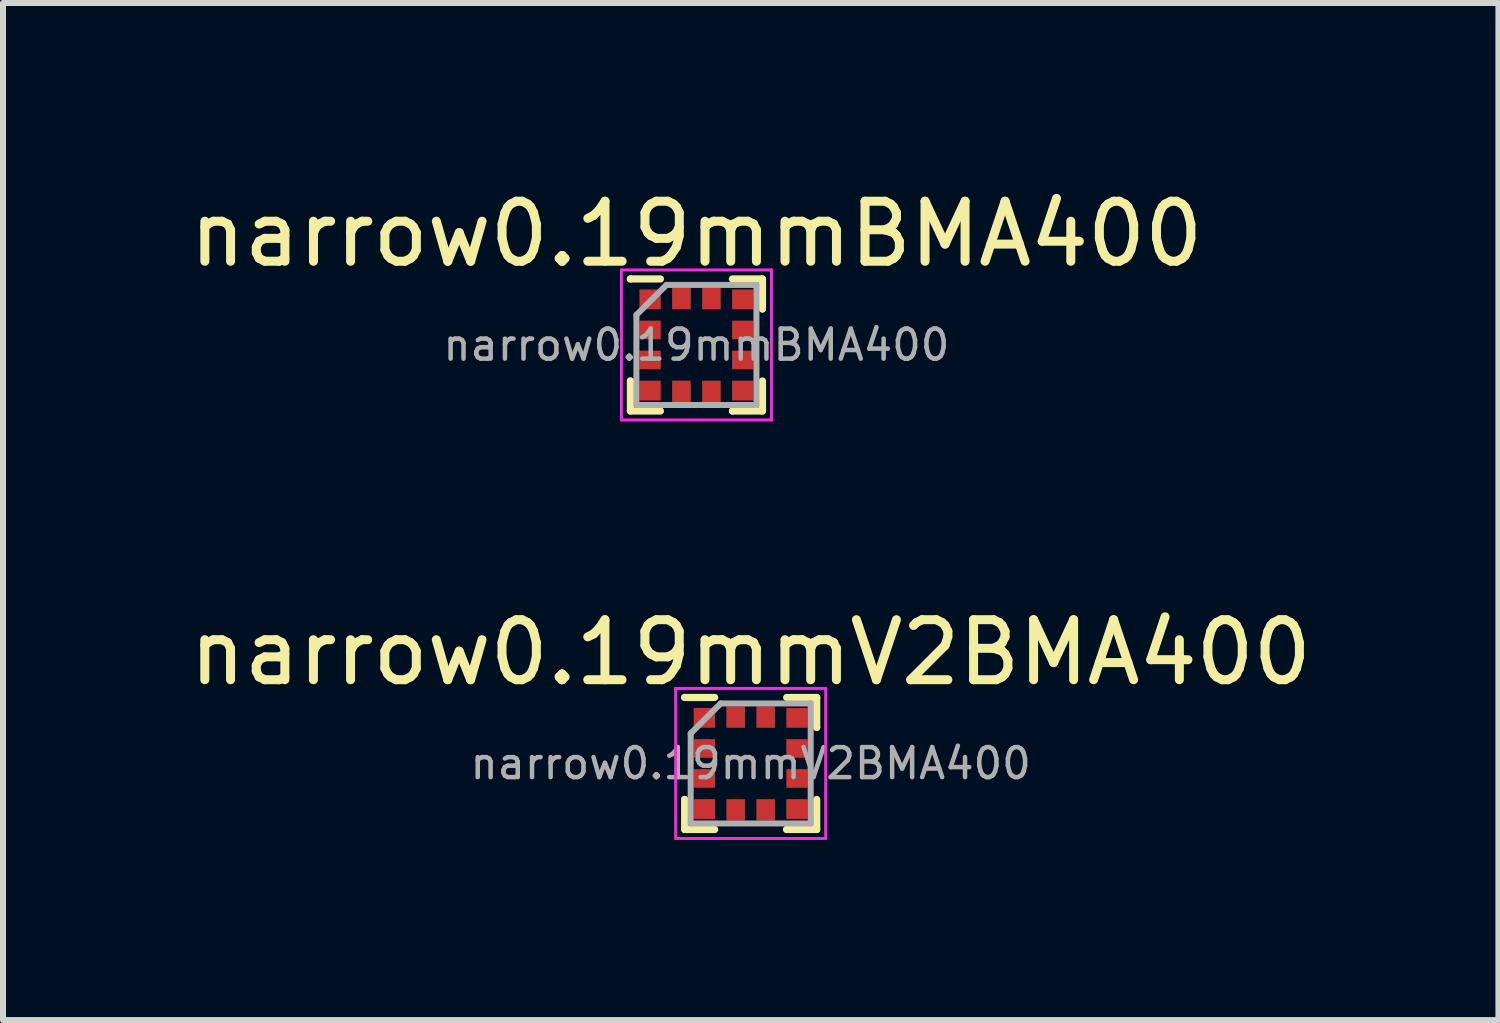
<source format=kicad_pcb>
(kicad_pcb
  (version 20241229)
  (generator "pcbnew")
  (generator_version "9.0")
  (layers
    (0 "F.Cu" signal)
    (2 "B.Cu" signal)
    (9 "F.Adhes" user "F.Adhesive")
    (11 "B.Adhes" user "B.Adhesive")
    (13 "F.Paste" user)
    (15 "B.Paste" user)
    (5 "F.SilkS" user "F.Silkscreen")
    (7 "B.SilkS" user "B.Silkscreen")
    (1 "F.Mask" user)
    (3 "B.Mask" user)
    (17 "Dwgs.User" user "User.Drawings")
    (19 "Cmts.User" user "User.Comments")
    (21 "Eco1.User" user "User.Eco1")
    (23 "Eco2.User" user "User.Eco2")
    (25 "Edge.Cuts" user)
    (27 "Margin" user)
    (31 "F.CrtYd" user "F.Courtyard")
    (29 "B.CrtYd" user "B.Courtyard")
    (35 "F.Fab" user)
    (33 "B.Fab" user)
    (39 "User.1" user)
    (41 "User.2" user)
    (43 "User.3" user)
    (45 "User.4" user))
  (footprint "narrow0.19mmV2BMA400"
    (layer "F.Cu")
    (at 9.458 9.671)
    (property "Reference" "narrow0.19mmV2BMA400" (at 0 -1.85 0) (layer "F.SilkS") (effects (font (size 1 1) (thickness 0.15))))
    (attr smd)
    (fp_line (start -1.1 -1.1) (end -1.1 -1.1) (stroke (width 0.12) (type solid)) (layer "F.SilkS"))
    (fp_line (start -1.1 0.6) (end -1.1 0.6) (stroke (width 0.12) (type solid)) (layer "F.SilkS"))
    (fp_line (start -1.1 1.1) (end -1.1 0.6) (stroke (width 0.12) (type solid)) (layer "F.SilkS"))
    (fp_line (start -0.6 -1.1) (end -1.1 -1.1) (stroke (width 0.12) (type solid)) (layer "F.SilkS"))
    (fp_line (start -0.6 1.1) (end -1.1 1.1) (stroke (width 0.12) (type solid)) (layer "F.SilkS"))
    (fp_line (start 0.6 -1.1) (end 1.1 -1.1) (stroke (width 0.12) (type solid)) (layer "F.SilkS"))
    (fp_line (start 0.6 1.1) (end 0.6 1.1) (stroke (width 0.12) (type solid)) (layer "F.SilkS"))
    (fp_line (start 1.1 -1.1) (end 1.1 -0.6) (stroke (width 0.12) (type solid)) (layer "F.SilkS"))
    (fp_line (start 1.1 -0.6) (end 1.1 -0.6) (stroke (width 0.12) (type solid)) (layer "F.SilkS"))
    (fp_line (start 1.1 0.6) (end 1.1 1.1) (stroke (width 0.12) (type solid)) (layer "F.SilkS"))
    (fp_line (start 1.1 1.1) (end 0.6 1.1) (stroke (width 0.12) (type solid)) (layer "F.SilkS"))
    (fp_line (start -1.25 -1.25) (end 1.25 -1.25) (stroke (width 0.05) (type solid)) (layer "F.CrtYd"))
    (fp_line (start -1.25 1.25) (end -1.25 -1.25) (stroke (width 0.05) (type solid)) (layer "F.CrtYd"))
    (fp_line (start 1.25 -1.25) (end 1.25 1.25) (stroke (width 0.05) (type solid)) (layer "F.CrtYd"))
    (fp_line (start 1.25 1.25) (end -1.25 1.25) (stroke (width 0.05) (type solid)) (layer "F.CrtYd"))
    (fp_line (start -1 -0.5) (end -0.5 -1) (stroke (width 0.1) (type solid)) (layer "F.Fab"))
    (fp_line (start -1 1) (end -1 -0.5) (stroke (width 0.1) (type solid)) (layer "F.Fab"))
    (fp_line (start -0.5 -1) (end 1 -1) (stroke (width 0.1) (type solid)) (layer "F.Fab"))
    (fp_line (start 1 -1) (end 1 1) (stroke (width 0.1) (type solid)) (layer "F.Fab"))
    (fp_line (start 1 1) (end -1 1) (stroke (width 0.1) (type solid)) (layer "F.Fab"))
    (fp_text user "${REFERENCE}" (at 0 0 0) (layer "F.Fab") (effects (font (size 0.5 0.5) (thickness 0.075))))
    (pad "1" smd rect (at -0.772 -0.76) (size 0.355 0.33) (layers "F.Cu" "F.Mask" "F.Paste"))
    (pad "2" smd rect (at -0.772 -0.25) (size 0.355 0.31) (layers "F.Cu" "F.Mask" "F.Paste"))
    (pad "3" smd rect (at -0.772 0.25) (size 0.355 0.31) (layers "F.Cu" "F.Mask" "F.Paste"))
    (pad "4" smd rect (at -0.772 0.76) (size 0.355 0.33) (layers "F.Cu" "F.Mask" "F.Paste"))
    (pad "5" smd rect (at -0.25 0.772 90) (size 0.355 0.31) (layers "F.Cu" "F.Mask" "F.Paste"))
    (pad "6" smd rect (at 0.25 0.772 90) (size 0.355 0.31) (layers "F.Cu" "F.Mask" "F.Paste"))
    (pad "7" smd rect (at 0.772 0.76) (size 0.355 0.33) (layers "F.Cu" "F.Mask" "F.Paste"))
    (pad "8" smd rect (at 0.772 0.25) (size 0.355 0.31) (layers "F.Cu" "F.Mask" "F.Paste"))
    (pad "9" smd rect (at 0.772 -0.25) (size 0.355 0.31) (layers "F.Cu" "F.Mask" "F.Paste"))
    (pad "10" smd rect (at 0.772 -0.76) (size 0.355 0.33) (layers "F.Cu" "F.Mask" "F.Paste"))
    (pad "11" smd rect (at 0.25 -0.772 90) (size 0.355 0.31) (layers "F.Cu" "F.Mask" "F.Paste"))
    (pad "12" smd rect (at -0.25 -0.772 90) (size 0.355 0.31) (layers "F.Cu" "F.Mask" "F.Paste")))
  (footprint "narrow0.19mmBMA400"
    (layer "F.Cu")
    (at 8.554 2.698)
    (property "Reference" "narrow0.19mmBMA400" (at 0 -1.85 0) (layer "F.SilkS") (effects (font (size 1 1) (thickness 0.15))))
    (attr smd)
    (fp_line (start -1.1 -1.1) (end -1.1 -1.1) (stroke (width 0.12) (type solid)) (layer "F.SilkS"))
    (fp_line (start -1.1 0.6) (end -1.1 0.6) (stroke (width 0.12) (type solid)) (layer "F.SilkS"))
    (fp_line (start -1.1 1.1) (end -1.1 0.6) (stroke (width 0.12) (type solid)) (layer "F.SilkS"))
    (fp_line (start -0.6 -1.1) (end -1.1 -1.1) (stroke (width 0.12) (type solid)) (layer "F.SilkS"))
    (fp_line (start -0.6 1.1) (end -1.1 1.1) (stroke (width 0.12) (type solid)) (layer "F.SilkS"))
    (fp_line (start 0.6 -1.1) (end 1.1 -1.1) (stroke (width 0.12) (type solid)) (layer "F.SilkS"))
    (fp_line (start 0.6 1.1) (end 0.6 1.1) (stroke (width 0.12) (type solid)) (layer "F.SilkS"))
    (fp_line (start 1.1 -1.1) (end 1.1 -0.6) (stroke (width 0.12) (type solid)) (layer "F.SilkS"))
    (fp_line (start 1.1 -0.6) (end 1.1 -0.6) (stroke (width 0.12) (type solid)) (layer "F.SilkS"))
    (fp_line (start 1.1 0.6) (end 1.1 1.1) (stroke (width 0.12) (type solid)) (layer "F.SilkS"))
    (fp_line (start 1.1 1.1) (end 0.6 1.1) (stroke (width 0.12) (type solid)) (layer "F.SilkS"))
    (fp_line (start -1.25 -1.25) (end 1.25 -1.25) (stroke (width 0.05) (type solid)) (layer "F.CrtYd"))
    (fp_line (start -1.25 1.25) (end -1.25 -1.25) (stroke (width 0.05) (type solid)) (layer "F.CrtYd"))
    (fp_line (start 1.25 -1.25) (end 1.25 1.25) (stroke (width 0.05) (type solid)) (layer "F.CrtYd"))
    (fp_line (start 1.25 1.25) (end -1.25 1.25) (stroke (width 0.05) (type solid)) (layer "F.CrtYd"))
    (fp_line (start -1 -0.5) (end -0.5 -1) (stroke (width 0.1) (type solid)) (layer "F.Fab"))
    (fp_line (start -1 1) (end -1 -0.5) (stroke (width 0.1) (type solid)) (layer "F.Fab"))
    (fp_line (start -0.5 -1) (end 1 -1) (stroke (width 0.1) (type solid)) (layer "F.Fab"))
    (fp_line (start 1 -1) (end 1 1) (stroke (width 0.1) (type solid)) (layer "F.Fab"))
    (fp_line (start 1 1) (end -1 1) (stroke (width 0.1) (type solid)) (layer "F.Fab"))
    (fp_text user "${REFERENCE}" (at 0 0 0) (layer "F.Fab") (effects (font (size 0.5 0.5) (thickness 0.075))))
    (pad "1" smd rect (at -0.772 -0.76) (size 0.355 0.33) (layers "F.Cu" "F.Mask" "F.Paste"))
    (pad "2" smd rect (at -0.772 -0.25) (size 0.355 0.31) (layers "F.Cu" "F.Mask" "F.Paste"))
    (pad "3" smd rect (at -0.772 0.25) (size 0.355 0.31) (layers "F.Cu" "F.Mask" "F.Paste"))
    (pad "4" smd rect (at -0.772 0.76) (size 0.355 0.33) (layers "F.Cu" "F.Mask" "F.Paste"))
    (pad "5" smd rect (at -0.25 0.772 90) (size 0.355 0.31) (layers "F.Cu" "F.Mask" "F.Paste"))
    (pad "6" smd rect (at 0.25 0.772 90) (size 0.355 0.31) (layers "F.Cu" "F.Mask" "F.Paste"))
    (pad "7" smd rect (at 0.772 0.76) (size 0.355 0.33) (layers "F.Cu" "F.Mask" "F.Paste"))
    (pad "8" smd rect (at 0.772 0.25) (size 0.355 0.31) (layers "F.Cu" "F.Mask" "F.Paste"))
    (pad "9" smd rect (at 0.772 -0.25) (size 0.355 0.31) (layers "F.Cu" "F.Mask" "F.Paste"))
    (pad "10" smd rect (at 0.772 -0.76) (size 0.355 0.33) (layers "F.Cu" "F.Mask" "F.Paste"))
    (pad "11" smd rect (at 0.25 -0.772 90) (size 0.355 0.31) (layers "F.Cu" "F.Mask" "F.Paste"))
    (pad "12" smd rect (at -0.25 -0.772 90) (size 0.355 0.31) (layers "F.Cu" "F.Mask" "F.Paste")))
  (gr_rect
    (start -3 -3)
    (end 21.917 13.947)
    (stroke (width 0.1) (type default))
    (fill no)
    (layer "Edge.Cuts")))
</source>
